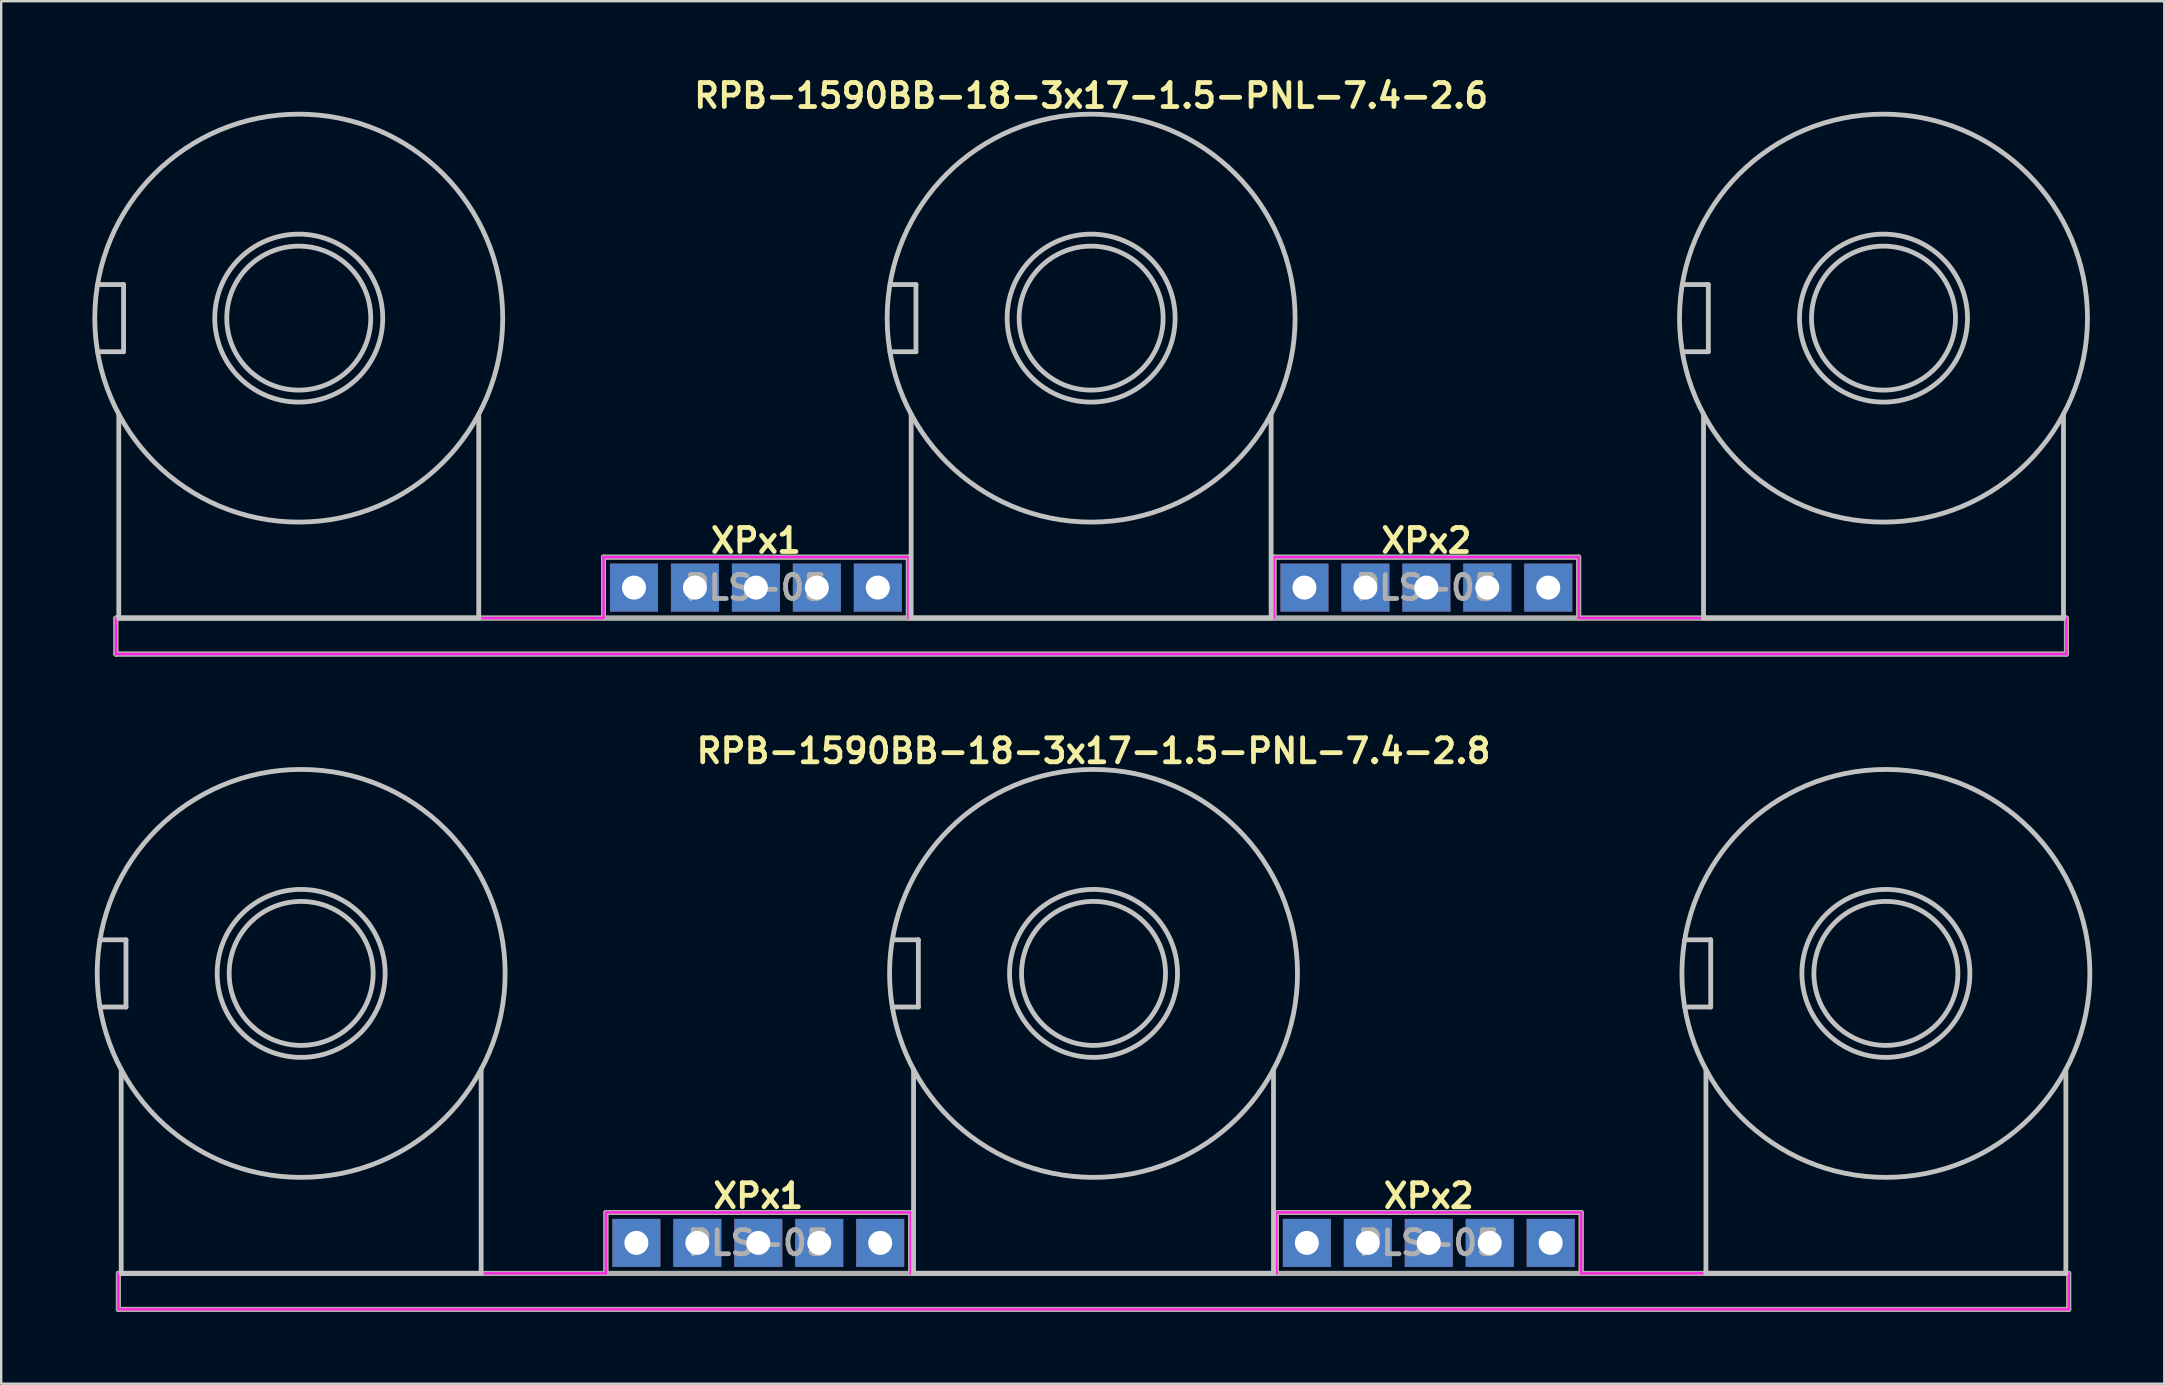
<source format=kicad_pcb>
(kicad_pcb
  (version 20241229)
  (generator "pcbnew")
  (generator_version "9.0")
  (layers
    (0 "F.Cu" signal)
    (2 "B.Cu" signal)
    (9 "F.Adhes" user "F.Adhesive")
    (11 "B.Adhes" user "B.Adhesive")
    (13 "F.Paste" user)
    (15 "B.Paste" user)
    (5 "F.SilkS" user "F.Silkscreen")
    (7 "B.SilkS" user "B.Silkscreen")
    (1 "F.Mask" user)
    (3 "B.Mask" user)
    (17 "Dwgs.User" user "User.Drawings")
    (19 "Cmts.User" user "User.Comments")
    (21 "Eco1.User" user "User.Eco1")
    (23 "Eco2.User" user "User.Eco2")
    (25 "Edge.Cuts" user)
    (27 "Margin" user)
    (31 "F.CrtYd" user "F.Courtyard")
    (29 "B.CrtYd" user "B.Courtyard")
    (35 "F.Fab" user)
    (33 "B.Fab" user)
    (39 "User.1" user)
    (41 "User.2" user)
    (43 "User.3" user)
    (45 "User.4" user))
  (footprint "RPB-1590BB-18-3x17-1.5-PNL-7.4-2.8"
    (layer "F.Cu")
    (at 42.52 37.514)
    (property "Reference" "RPB-1590BB-18-3x17-1.5-PNL-7.4-2.8" (at 0 -9.271 0) (layer "F.SilkS") (effects (font (size 1 1) (thickness 0.2))))
    (attr through_hole)
    (fp_line (start -40.64 12.5) (end -40.64 14) (stroke (width 0.2) (type solid)) (layer "F.SilkS"))
    (fp_line (start -40.64 12.5) (end 40.64 12.5) (stroke (width 0.2) (type solid)) (layer "F.SilkS"))
    (fp_line (start -40.64 14) (end 40.64 14) (stroke (width 0.2) (type solid)) (layer "F.SilkS"))
    (fp_line (start -20.32 9.96) (end -20.32 12.5) (stroke (width 0.2) (type solid)) (layer "F.SilkS"))
    (fp_line (start -20.32 9.96) (end -7.62 9.96) (stroke (width 0.2) (type solid)) (layer "F.SilkS"))
    (fp_line (start -7.62 9.96) (end -7.62 12.5) (stroke (width 0.2) (type solid)) (layer "F.SilkS"))
    (fp_line (start 7.62 9.96) (end 7.62 12.5) (stroke (width 0.2) (type solid)) (layer "F.SilkS"))
    (fp_line (start 7.62 9.96) (end 20.32 9.96) (stroke (width 0.2) (type solid)) (layer "F.SilkS"))
    (fp_line (start 20.32 9.96) (end 20.32 12.5) (stroke (width 0.2) (type solid)) (layer "F.SilkS"))
    (fp_line (start 40.64 12.5) (end 40.64 14) (stroke (width 0.2) (type solid)) (layer "F.SilkS"))
    (fp_line (start -41.404 -1.4) (end -40.32 -1.4) (stroke (width 0.2) (type solid)) (layer "Dwgs.User"))
    (fp_line (start -41.404 1.4) (end -40.32 1.4) (stroke (width 0.2) (type solid)) (layer "Dwgs.User"))
    (fp_line (start -40.52 4) (end -40.52 12.5) (stroke (width 0.2) (type solid)) (layer "Dwgs.User"))
    (fp_line (start -40.52 12.5) (end -25.52 12.5) (stroke (width 0.2) (type solid)) (layer "Dwgs.User"))
    (fp_line (start -40.32 -1.4) (end -40.32 1.4) (stroke (width 0.2) (type solid)) (layer "Dwgs.User"))
    (fp_line (start -25.52 4) (end -25.52 12.5) (stroke (width 0.2) (type solid)) (layer "Dwgs.User"))
    (fp_line (start -8.384 -1.4) (end -7.3 -1.4) (stroke (width 0.2) (type solid)) (layer "Dwgs.User"))
    (fp_line (start -8.384 1.4) (end -7.3 1.4) (stroke (width 0.2) (type solid)) (layer "Dwgs.User"))
    (fp_line (start -7.5 4) (end -7.5 12.5) (stroke (width 0.2) (type solid)) (layer "Dwgs.User"))
    (fp_line (start -7.5 12.5) (end 7.5 12.5) (stroke (width 0.2) (type solid)) (layer "Dwgs.User"))
    (fp_line (start -7.3 -1.4) (end -7.3 1.4) (stroke (width 0.2) (type solid)) (layer "Dwgs.User"))
    (fp_line (start 7.5 4) (end 7.5 12.5) (stroke (width 0.2) (type solid)) (layer "Dwgs.User"))
    (fp_line (start 24.636 -1.4) (end 25.72 -1.4) (stroke (width 0.2) (type solid)) (layer "Dwgs.User"))
    (fp_line (start 24.636 1.4) (end 25.72 1.4) (stroke (width 0.2) (type solid)) (layer "Dwgs.User"))
    (fp_line (start 25.52 4) (end 25.52 12.5) (stroke (width 0.2) (type solid)) (layer "Dwgs.User"))
    (fp_line (start 25.52 12.5) (end 40.52 12.5) (stroke (width 0.2) (type solid)) (layer "Dwgs.User"))
    (fp_line (start 25.72 -1.4) (end 25.72 1.4) (stroke (width 0.2) (type solid)) (layer "Dwgs.User"))
    (fp_line (start 40.52 4) (end 40.52 12.5) (stroke (width 0.2) (type solid)) (layer "Dwgs.User"))
    (fp_circle (center -33.02 0) (end -30.02 0) (stroke (width 0.2) (type solid)) (fill no) (layer "Dwgs.User"))
    (fp_circle (center -33.02 0) (end -29.52 0) (stroke (width 0.2) (type solid)) (fill no) (layer "Dwgs.User"))
    (fp_circle (center -33.02 0) (end -24.52 0) (stroke (width 0.2) (type solid)) (fill no) (layer "Dwgs.User"))
    (fp_circle (center 0 0) (end 3 0) (stroke (width 0.2) (type solid)) (fill no) (layer "Dwgs.User"))
    (fp_circle (center 0 0) (end 3.5 0) (stroke (width 0.2) (type solid)) (fill no) (layer "Dwgs.User"))
    (fp_circle (center 0 0) (end 8.5 0) (stroke (width 0.2) (type solid)) (fill no) (layer "Dwgs.User"))
    (fp_circle (center 33.02 0) (end 36.02 0) (stroke (width 0.2) (type solid)) (fill no) (layer "Dwgs.User"))
    (fp_circle (center 33.02 0) (end 36.52 0) (stroke (width 0.2) (type solid)) (fill no) (layer "Dwgs.User"))
    (fp_circle (center 33.02 0) (end 41.52 0) (stroke (width 0.2) (type solid)) (fill no) (layer "Dwgs.User"))
    (fp_circle (center -40.92 0) (end -39.52 0) (stroke (width 0.4) (type solid)) (fill no) (layer "Eco1.User"))
    (fp_circle (center -33.02 0) (end -29.32 0) (stroke (width 0.4) (type solid)) (fill no) (layer "Eco1.User"))
    (fp_circle (center -7.9 0) (end -6.5 0) (stroke (width 0.4) (type solid)) (fill no) (layer "Eco1.User"))
    (fp_circle (center 0 0) (end 3.7 0) (stroke (width 0.4) (type solid)) (fill no) (layer "Eco1.User"))
    (fp_circle (center 25.12 0) (end 26.52 0) (stroke (width 0.4) (type solid)) (fill no) (layer "Eco1.User"))
    (fp_circle (center 33.02 0) (end 36.72 0) (stroke (width 0.4) (type solid)) (fill no) (layer "Eco1.User"))
    (fp_line (start -40.64 12.5) (end -40.64 14) (stroke (width 0.1) (type solid)) (layer "F.CrtYd"))
    (fp_line (start -40.64 12.5) (end -20.32 12.5) (stroke (width 0.1) (type solid)) (layer "F.CrtYd"))
    (fp_line (start -40.64 14) (end 40.64 14) (stroke (width 0.1) (type solid)) (layer "F.CrtYd"))
    (fp_line (start -20.32 9.96) (end -20.32 12.5) (stroke (width 0.1) (type solid)) (layer "F.CrtYd"))
    (fp_line (start -20.32 9.96) (end -7.62 9.96) (stroke (width 0.1) (type solid)) (layer "F.CrtYd"))
    (fp_line (start -7.62 9.96) (end -7.62 12.5) (stroke (width 0.1) (type solid)) (layer "F.CrtYd"))
    (fp_line (start -7.62 12.5) (end 7.62 12.5) (stroke (width 0.1) (type solid)) (layer "F.CrtYd"))
    (fp_line (start 7.62 9.96) (end 7.62 12.5) (stroke (width 0.1) (type solid)) (layer "F.CrtYd"))
    (fp_line (start 7.62 9.96) (end 20.32 9.96) (stroke (width 0.1) (type solid)) (layer "F.CrtYd"))
    (fp_line (start 20.32 9.96) (end 20.32 12.5) (stroke (width 0.1) (type solid)) (layer "F.CrtYd"))
    (fp_line (start 20.32 12.5) (end 40.64 12.5) (stroke (width 0.1) (type solid)) (layer "F.CrtYd"))
    (fp_line (start 40.64 12.5) (end 40.64 14) (stroke (width 0.1) (type solid)) (layer "F.CrtYd"))
    (fp_line (start -40.64 12.5) (end -40.64 14) (stroke (width 0.2) (type solid)) (layer "F.Fab"))
    (fp_line (start -40.64 12.5) (end 40.64 12.5) (stroke (width 0.2) (type solid)) (layer "F.Fab"))
    (fp_line (start -40.64 14) (end 40.64 14) (stroke (width 0.2) (type solid)) (layer "F.Fab"))
    (fp_line (start -20.32 9.96) (end -20.32 12.5) (stroke (width 0.2) (type solid)) (layer "F.Fab"))
    (fp_line (start -20.32 9.96) (end -7.62 9.96) (stroke (width 0.2) (type solid)) (layer "F.Fab"))
    (fp_line (start -7.62 9.96) (end -7.62 12.5) (stroke (width 0.2) (type solid)) (layer "F.Fab"))
    (fp_line (start 7.62 9.96) (end 7.62 12.5) (stroke (width 0.2) (type solid)) (layer "F.Fab"))
    (fp_line (start 7.62 9.96) (end 20.32 9.96) (stroke (width 0.2) (type solid)) (layer "F.Fab"))
    (fp_line (start 20.32 9.96) (end 20.32 12.5) (stroke (width 0.2) (type solid)) (layer "F.Fab"))
    (fp_line (start 40.64 12.5) (end 40.64 14) (stroke (width 0.2) (type solid)) (layer "F.Fab"))
    (fp_text user "XPx1" (at -13.97 9.271 0) (layer "F.SilkS") (effects (font (size 1 1) (thickness 0.2))))
    (fp_text user "XPx2" (at 13.97 9.271 0) (layer "F.SilkS") (effects (font (size 1 1) (thickness 0.2))))
    (fp_text user "PLS-05" (at 13.97 11.23 0) (layer "F.Fab") (effects (font (size 1 1) (thickness 0.2))))
    (fp_text user "PLS-05" (at -13.97 11.23 0) (layer "F.Fab") (effects (font (size 1 1) (thickness 0.2))))
    (pad "11" thru_hole rect (at -13.97 11.23) (size 2 2) (drill 1) (layers "B.Cu" "B.Mask"))
    (pad "12" thru_hole rect (at -16.51 11.23) (size 2 2) (drill 1) (layers "B.Cu" "B.Mask"))
    (pad "13" thru_hole rect (at -19.05 11.23) (size 2 2) (drill 1) (layers "B.Cu" "B.Mask"))
    (pad "21" thru_hole rect (at -11.43 11.23) (size 2 2) (drill 1) (layers "B.Cu" "B.Mask"))
    (pad "22" thru_hole rect (at -8.89 11.23) (size 2 2) (drill 1) (layers "B.Cu" "B.Mask"))
    (pad "22" thru_hole rect (at 8.89 11.23) (size 2 2) (drill 1) (layers "B.Cu" "B.Mask"))
    (pad "23" thru_hole rect (at 11.43 11.23) (size 2 2) (drill 1) (layers "B.Cu" "B.Mask"))
    (pad "31" thru_hole rect (at 19.05 11.23) (size 2 2) (drill 1) (layers "B.Cu" "B.Mask"))
    (pad "32" thru_hole rect (at 16.51 11.23) (size 2 2) (drill 1) (layers "B.Cu" "B.Mask"))
    (pad "33" thru_hole rect (at 13.97 11.23) (size 2 2) (drill 1) (layers "B.Cu" "B.Mask")))
  (footprint "RPB-1590BB-18-3x17-1.5-PNL-7.4-2.6"
    (layer "F.Cu")
    (at 42.42 10.207)
    (property "Reference" "RPB-1590BB-18-3x17-1.5-PNL-7.4-2.6" (at 0 -9.271 0) (layer "F.SilkS") (effects (font (size 1 1) (thickness 0.2))))
    (attr through_hole)
    (fp_line (start -40.64 12.5) (end -40.64 14) (stroke (width 0.2) (type solid)) (layer "F.SilkS"))
    (fp_line (start -40.64 12.5) (end 40.64 12.5) (stroke (width 0.2) (type solid)) (layer "F.SilkS"))
    (fp_line (start -40.64 14) (end 40.64 14) (stroke (width 0.2) (type solid)) (layer "F.SilkS"))
    (fp_line (start -20.32 9.96) (end -20.32 12.5) (stroke (width 0.2) (type solid)) (layer "F.SilkS"))
    (fp_line (start -20.32 9.96) (end -7.62 9.96) (stroke (width 0.2) (type solid)) (layer "F.SilkS"))
    (fp_line (start -7.62 9.96) (end -7.62 12.5) (stroke (width 0.2) (type solid)) (layer "F.SilkS"))
    (fp_line (start 7.62 9.96) (end 7.62 12.5) (stroke (width 0.2) (type solid)) (layer "F.SilkS"))
    (fp_line (start 7.62 9.96) (end 20.32 9.96) (stroke (width 0.2) (type solid)) (layer "F.SilkS"))
    (fp_line (start 20.32 9.96) (end 20.32 12.5) (stroke (width 0.2) (type solid)) (layer "F.SilkS"))
    (fp_line (start 40.64 12.5) (end 40.64 14) (stroke (width 0.2) (type solid)) (layer "F.SilkS"))
    (fp_line (start -41.404 -1.4) (end -40.32 -1.4) (stroke (width 0.2) (type solid)) (layer "Dwgs.User"))
    (fp_line (start -41.404 1.4) (end -40.32 1.4) (stroke (width 0.2) (type solid)) (layer "Dwgs.User"))
    (fp_line (start -40.52 4) (end -40.52 12.5) (stroke (width 0.2) (type solid)) (layer "Dwgs.User"))
    (fp_line (start -40.52 12.5) (end -25.52 12.5) (stroke (width 0.2) (type solid)) (layer "Dwgs.User"))
    (fp_line (start -40.32 -1.4) (end -40.32 1.4) (stroke (width 0.2) (type solid)) (layer "Dwgs.User"))
    (fp_line (start -25.52 4) (end -25.52 12.5) (stroke (width 0.2) (type solid)) (layer "Dwgs.User"))
    (fp_line (start -8.384 -1.4) (end -7.3 -1.4) (stroke (width 0.2) (type solid)) (layer "Dwgs.User"))
    (fp_line (start -8.384 1.4) (end -7.3 1.4) (stroke (width 0.2) (type solid)) (layer "Dwgs.User"))
    (fp_line (start -7.5 4) (end -7.5 12.5) (stroke (width 0.2) (type solid)) (layer "Dwgs.User"))
    (fp_line (start -7.5 12.5) (end 7.5 12.5) (stroke (width 0.2) (type solid)) (layer "Dwgs.User"))
    (fp_line (start -7.3 -1.4) (end -7.3 1.4) (stroke (width 0.2) (type solid)) (layer "Dwgs.User"))
    (fp_line (start 7.5 4) (end 7.5 12.5) (stroke (width 0.2) (type solid)) (layer "Dwgs.User"))
    (fp_line (start 24.636 -1.4) (end 25.72 -1.4) (stroke (width 0.2) (type solid)) (layer "Dwgs.User"))
    (fp_line (start 24.636 1.4) (end 25.72 1.4) (stroke (width 0.2) (type solid)) (layer "Dwgs.User"))
    (fp_line (start 25.52 4) (end 25.52 12.5) (stroke (width 0.2) (type solid)) (layer "Dwgs.User"))
    (fp_line (start 25.52 12.5) (end 40.52 12.5) (stroke (width 0.2) (type solid)) (layer "Dwgs.User"))
    (fp_line (start 25.72 -1.4) (end 25.72 1.4) (stroke (width 0.2) (type solid)) (layer "Dwgs.User"))
    (fp_line (start 40.52 4) (end 40.52 12.5) (stroke (width 0.2) (type solid)) (layer "Dwgs.User"))
    (fp_circle (center -33.02 0) (end -30.02 0) (stroke (width 0.2) (type solid)) (fill no) (layer "Dwgs.User"))
    (fp_circle (center -33.02 0) (end -29.52 0) (stroke (width 0.2) (type solid)) (fill no) (layer "Dwgs.User"))
    (fp_circle (center -33.02 0) (end -24.52 0) (stroke (width 0.2) (type solid)) (fill no) (layer "Dwgs.User"))
    (fp_circle (center 0 0) (end 3 0) (stroke (width 0.2) (type solid)) (fill no) (layer "Dwgs.User"))
    (fp_circle (center 0 0) (end 3.5 0) (stroke (width 0.2) (type solid)) (fill no) (layer "Dwgs.User"))
    (fp_circle (center 0 0) (end 8.5 0) (stroke (width 0.2) (type solid)) (fill no) (layer "Dwgs.User"))
    (fp_circle (center 33.02 0) (end 36.02 0) (stroke (width 0.2) (type solid)) (fill no) (layer "Dwgs.User"))
    (fp_circle (center 33.02 0) (end 36.52 0) (stroke (width 0.2) (type solid)) (fill no) (layer "Dwgs.User"))
    (fp_circle (center 33.02 0) (end 41.52 0) (stroke (width 0.2) (type solid)) (fill no) (layer "Dwgs.User"))
    (fp_circle (center -40.92 0) (end -39.62 0) (stroke (width 0.4) (type solid)) (fill no) (layer "Eco1.User"))
    (fp_circle (center -33.02 0) (end -29.32 0) (stroke (width 0.4) (type solid)) (fill no) (layer "Eco1.User"))
    (fp_circle (center -7.9 0) (end -6.6 0) (stroke (width 0.4) (type solid)) (fill no) (layer "Eco1.User"))
    (fp_circle (center 0 0) (end 3.7 0) (stroke (width 0.4) (type solid)) (fill no) (layer "Eco1.User"))
    (fp_circle (center 25.12 0) (end 26.42 0) (stroke (width 0.4) (type solid)) (fill no) (layer "Eco1.User"))
    (fp_circle (center 33.02 0) (end 36.72 0) (stroke (width 0.4) (type solid)) (fill no) (layer "Eco1.User"))
    (fp_line (start -40.64 12.5) (end -40.64 14) (stroke (width 0.1) (type solid)) (layer "F.CrtYd"))
    (fp_line (start -40.64 12.5) (end -20.32 12.5) (stroke (width 0.1) (type solid)) (layer "F.CrtYd"))
    (fp_line (start -40.64 14) (end 40.64 14) (stroke (width 0.1) (type solid)) (layer "F.CrtYd"))
    (fp_line (start -20.32 9.96) (end -20.32 12.5) (stroke (width 0.1) (type solid)) (layer "F.CrtYd"))
    (fp_line (start -20.32 9.96) (end -7.62 9.96) (stroke (width 0.1) (type solid)) (layer "F.CrtYd"))
    (fp_line (start -7.62 9.96) (end -7.62 12.5) (stroke (width 0.1) (type solid)) (layer "F.CrtYd"))
    (fp_line (start -7.62 12.5) (end 7.62 12.5) (stroke (width 0.1) (type solid)) (layer "F.CrtYd"))
    (fp_line (start 7.62 9.96) (end 7.62 12.5) (stroke (width 0.1) (type solid)) (layer "F.CrtYd"))
    (fp_line (start 7.62 9.96) (end 20.32 9.96) (stroke (width 0.1) (type solid)) (layer "F.CrtYd"))
    (fp_line (start 20.32 9.96) (end 20.32 12.5) (stroke (width 0.1) (type solid)) (layer "F.CrtYd"))
    (fp_line (start 20.32 12.5) (end 40.64 12.5) (stroke (width 0.1) (type solid)) (layer "F.CrtYd"))
    (fp_line (start 40.64 12.5) (end 40.64 14) (stroke (width 0.1) (type solid)) (layer "F.CrtYd"))
    (fp_line (start -40.64 12.5) (end -40.64 14) (stroke (width 0.2) (type solid)) (layer "F.Fab"))
    (fp_line (start -40.64 12.5) (end 40.64 12.5) (stroke (width 0.2) (type solid)) (layer "F.Fab"))
    (fp_line (start -40.64 14) (end 40.64 14) (stroke (width 0.2) (type solid)) (layer "F.Fab"))
    (fp_line (start -20.32 9.96) (end -20.32 12.5) (stroke (width 0.2) (type solid)) (layer "F.Fab"))
    (fp_line (start -20.32 9.96) (end -7.62 9.96) (stroke (width 0.2) (type solid)) (layer "F.Fab"))
    (fp_line (start -7.62 9.96) (end -7.62 12.5) (stroke (width 0.2) (type solid)) (layer "F.Fab"))
    (fp_line (start 7.62 9.96) (end 7.62 12.5) (stroke (width 0.2) (type solid)) (layer "F.Fab"))
    (fp_line (start 7.62 9.96) (end 20.32 9.96) (stroke (width 0.2) (type solid)) (layer "F.Fab"))
    (fp_line (start 20.32 9.96) (end 20.32 12.5) (stroke (width 0.2) (type solid)) (layer "F.Fab"))
    (fp_line (start 40.64 12.5) (end 40.64 14) (stroke (width 0.2) (type solid)) (layer "F.Fab"))
    (fp_text user "XPx1" (at -13.97 9.271 0) (layer "F.SilkS") (effects (font (size 1 1) (thickness 0.2))))
    (fp_text user "XPx2" (at 13.97 9.271 0) (layer "F.SilkS") (effects (font (size 1 1) (thickness 0.2))))
    (fp_text user "PLS-05" (at 13.97 11.23 0) (layer "F.Fab") (effects (font (size 1 1) (thickness 0.2))))
    (fp_text user "PLS-05" (at -13.97 11.23 0) (layer "F.Fab") (effects (font (size 1 1) (thickness 0.2))))
    (pad "11" thru_hole rect (at -13.97 11.23) (size 2 2) (drill 1) (layers "B.Cu" "B.Mask"))
    (pad "12" thru_hole rect (at -16.51 11.23) (size 2 2) (drill 1) (layers "B.Cu" "B.Mask"))
    (pad "13" thru_hole rect (at -19.05 11.23) (size 2 2) (drill 1) (layers "B.Cu" "B.Mask"))
    (pad "21" thru_hole rect (at -11.43 11.23) (size 2 2) (drill 1) (layers "B.Cu" "B.Mask"))
    (pad "22" thru_hole rect (at -8.89 11.23) (size 2 2) (drill 1) (layers "B.Cu" "B.Mask"))
    (pad "22" thru_hole rect (at 8.89 11.23) (size 2 2) (drill 1) (layers "B.Cu" "B.Mask"))
    (pad "23" thru_hole rect (at 11.43 11.23) (size 2 2) (drill 1) (layers "B.Cu" "B.Mask"))
    (pad "31" thru_hole rect (at 19.05 11.23) (size 2 2) (drill 1) (layers "B.Cu" "B.Mask"))
    (pad "32" thru_hole rect (at 16.51 11.23) (size 2 2) (drill 1) (layers "B.Cu" "B.Mask"))
    (pad "33" thru_hole rect (at 13.97 11.23) (size 2 2) (drill 1) (layers "B.Cu" "B.Mask")))
  (gr_rect
    (start -3 -3)
    (end 87.14 54.614)
    (stroke (width 0.1) (type default))
    (fill no)
    (layer "Edge.Cuts")))
</source>
